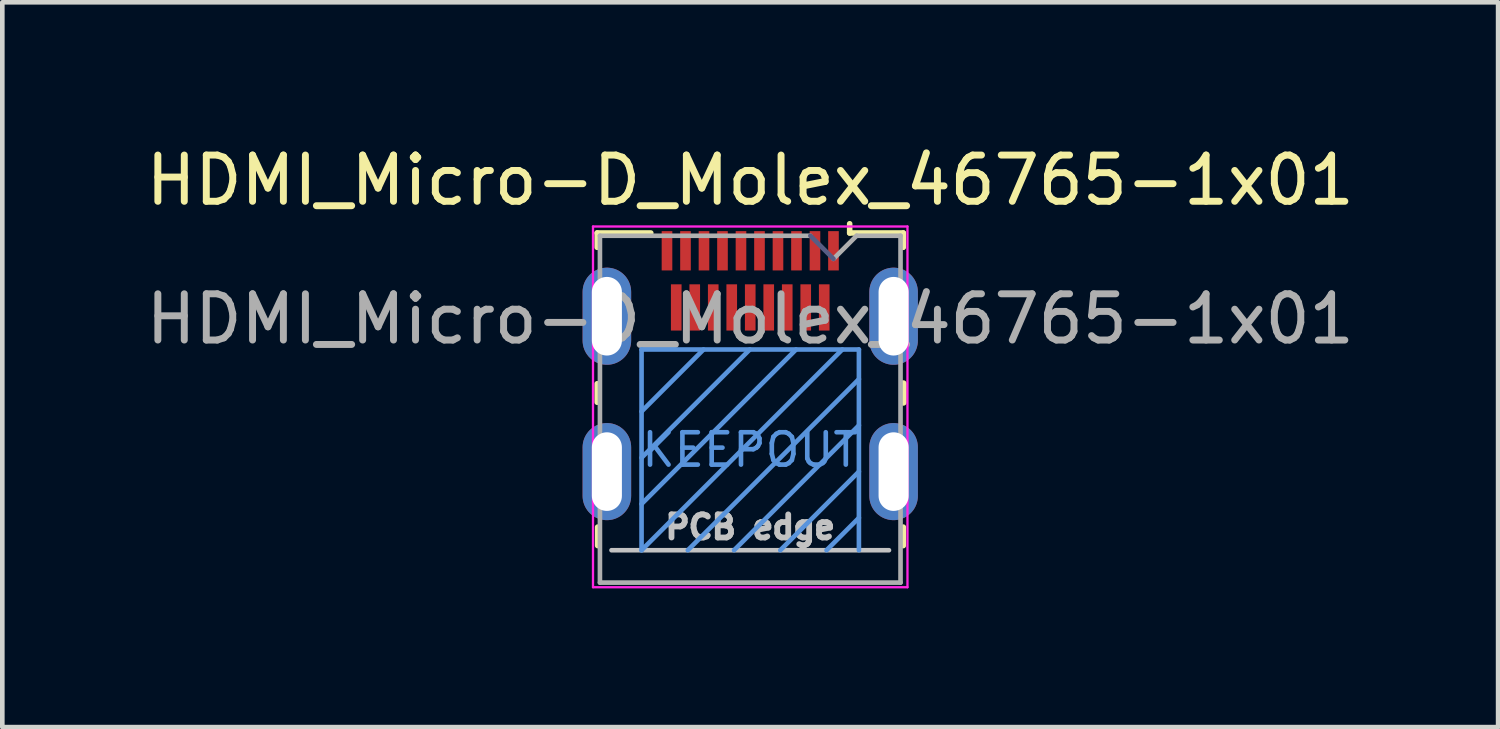
<source format=kicad_pcb>
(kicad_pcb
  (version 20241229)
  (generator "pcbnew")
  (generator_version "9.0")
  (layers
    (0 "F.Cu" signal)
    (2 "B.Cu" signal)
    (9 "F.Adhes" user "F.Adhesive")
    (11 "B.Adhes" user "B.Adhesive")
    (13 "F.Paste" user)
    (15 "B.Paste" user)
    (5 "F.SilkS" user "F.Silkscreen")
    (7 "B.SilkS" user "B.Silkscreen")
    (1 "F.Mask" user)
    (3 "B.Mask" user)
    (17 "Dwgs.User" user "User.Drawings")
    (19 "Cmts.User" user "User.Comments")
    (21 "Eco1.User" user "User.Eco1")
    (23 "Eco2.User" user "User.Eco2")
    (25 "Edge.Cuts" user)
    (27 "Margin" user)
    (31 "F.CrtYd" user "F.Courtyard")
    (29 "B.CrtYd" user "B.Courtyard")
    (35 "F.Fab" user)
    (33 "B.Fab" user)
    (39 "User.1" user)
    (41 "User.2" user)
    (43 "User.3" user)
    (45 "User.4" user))
  (footprint "HDMI_Micro-D_Molex_46765-1x01"
    (layer "F.Cu")
    (at 13.173 7.148)
    (property "Reference" "HDMI_Micro-D_Molex_46765-1x01" (at 0 -6.3 0) (layer "F.SilkS") (effects (font (size 1 1) (thickness 0.15))))
    (attr smd)
    (fp_line (start -3.31 -5.16) (end -2.15 -5.16) (stroke (width 0.12) (type solid)) (layer "F.SilkS"))
    (fp_line (start -3.31 -4.85) (end -3.31 -5.16) (stroke (width 0.12) (type solid)) (layer "F.SilkS"))
    (fp_line (start -3.31 -1.5) (end -3.31 -1.9) (stroke (width 0.12) (type solid)) (layer "F.SilkS"))
    (fp_line (start -3.3 1.6) (end -3.3 1.2) (stroke (width 0.12) (type solid)) (layer "F.SilkS"))
    (fp_line (start 2.15 -5.16) (end 2.15 -5.36) (stroke (width 0.12) (type solid)) (layer "F.SilkS"))
    (fp_line (start 2.15 -5.16) (end 3.31 -5.16) (stroke (width 0.12) (type solid)) (layer "F.SilkS"))
    (fp_line (start 3.31 -5.16) (end 3.31 -4.85) (stroke (width 0.12) (type solid)) (layer "F.SilkS"))
    (fp_line (start 3.31 -1.9) (end 3.31 -1.5) (stroke (width 0.15) (type solid)) (layer "F.SilkS"))
    (fp_line (start 3.31 1.2) (end 3.31 1.6) (stroke (width 0.12) (type solid)) (layer "F.SilkS"))
    (fp_line (start -3 1.7) (end 3 1.7) (stroke (width 0.1) (type solid)) (layer "Dwgs.User"))
    (fp_line (start -2.35 -2.64) (end 2.35 -2.64) (stroke (width 0.1) (type solid)) (layer "Cmts.User"))
    (fp_line (start -2.35 -1.3) (end -1.01 -2.64) (stroke (width 0.1) (type solid)) (layer "Cmts.User"))
    (fp_line (start -2.35 -0.3) (end -0.01 -2.64) (stroke (width 0.1) (type solid)) (layer "Cmts.User"))
    (fp_line (start -2.35 0.7) (end 0.99 -2.64) (stroke (width 0.1) (type solid)) (layer "Cmts.User"))
    (fp_line (start -2.35 1.7) (end -2.35 -2.64) (stroke (width 0.1) (type solid)) (layer "Cmts.User"))
    (fp_line (start -2.35 1.7) (end 1.99 -2.64) (stroke (width 0.1) (type solid)) (layer "Cmts.User"))
    (fp_line (start -1.35 1.7) (end 2.35 -2) (stroke (width 0.1) (type solid)) (layer "Cmts.User"))
    (fp_line (start -0.35 1.7) (end 2.35 -1) (stroke (width 0.1) (type solid)) (layer "Cmts.User"))
    (fp_line (start 0.65 1.7) (end 2.35 0) (stroke (width 0.1) (type solid)) (layer "Cmts.User"))
    (fp_line (start 1.65 1.7) (end 2.35 1) (stroke (width 0.1) (type solid)) (layer "Cmts.User"))
    (fp_line (start 2.35 -2.64) (end 2.35 1.7) (stroke (width 0.1) (type solid)) (layer "Cmts.User"))
    (fp_line (start -3.4 -5.3) (end -3.4 2.5) (stroke (width 0.05) (type solid)) (layer "F.CrtYd"))
    (fp_line (start -3.4 2.5) (end 3.4 2.5) (stroke (width 0.05) (type solid)) (layer "F.CrtYd"))
    (fp_line (start 3.4 -5.3) (end -3.4 -5.3) (stroke (width 0.05) (type solid)) (layer "F.CrtYd"))
    (fp_line (start 3.4 2.5) (end 3.4 -5.3) (stroke (width 0.05) (type solid)) (layer "F.CrtYd"))
    (fp_line (start 1.8 -4.6) (end 1.3 -5.1) (stroke (width 0.1) (type solid)) (layer "B.Fab"))
    (fp_line (start -3.25 -5.1) (end 1.3 -5.1) (stroke (width 0.1) (type solid)) (layer "F.Fab"))
    (fp_line (start -3.25 2.4) (end -3.25 -5.1) (stroke (width 0.1) (type solid)) (layer "F.Fab"))
    (fp_line (start 1.8 -4.6) (end 2.3 -5.1) (stroke (width 0.1) (type solid)) (layer "F.Fab"))
    (fp_line (start 2.3 -5.1) (end 3.25 -5.1) (stroke (width 0.1) (type solid)) (layer "F.Fab"))
    (fp_line (start 3.25 -5.1) (end 3.25 2.4) (stroke (width 0.1) (type solid)) (layer "F.Fab"))
    (fp_line (start 3.25 2.4) (end -3.25 2.4) (stroke (width 0.1) (type solid)) (layer "F.Fab"))
    (fp_text user "PCB edge" (at 0 1.2 0) (unlocked yes) (layer "Dwgs.User") (effects (font (size 0.5 0.5) (thickness 0.125))))
    (fp_text user "KEEPOUT" (at 0 -0.47 0) (layer "Cmts.User") (effects (font (size 0.7 0.7) (thickness 0.1))))
    (fp_text user "${REFERENCE}" (at 0 -3.3 0) (layer "F.Fab") (effects (font (size 1 1) (thickness 0.15))))
    (pad "1" smd rect (at 1.8 -4.775) (size 0.23 0.85) (layers "F.Cu" "F.Mask" "F.Paste"))
    (pad "2" smd rect (at 1.6 -3.55) (size 0.23 1) (layers "F.Cu" "F.Mask" "F.Paste"))
    (pad "3" smd rect (at 1.4 -4.775) (size 0.23 0.85) (layers "F.Cu" "F.Mask" "F.Paste"))
    (pad "4" smd rect (at 1.2 -3.55) (size 0.23 1) (layers "F.Cu" "F.Mask" "F.Paste"))
    (pad "5" smd rect (at 1 -4.775) (size 0.23 0.85) (layers "F.Cu" "F.Mask" "F.Paste"))
    (pad "6" smd rect (at 0.8 -3.55) (size 0.23 1) (layers "F.Cu" "F.Mask" "F.Paste"))
    (pad "7" smd rect (at 0.6 -4.775) (size 0.23 0.85) (layers "F.Cu" "F.Mask" "F.Paste"))
    (pad "8" smd rect (at 0.4 -3.55) (size 0.23 1) (layers "F.Cu" "F.Mask" "F.Paste"))
    (pad "9" smd rect (at 0.2 -4.775) (size 0.23 0.85) (layers "F.Cu" "F.Mask" "F.Paste"))
    (pad "10" smd rect (at 0 -3.55) (size 0.23 1) (layers "F.Cu" "F.Mask" "F.Paste"))
    (pad "11" smd rect (at -0.2 -4.775) (size 0.23 0.85) (layers "F.Cu" "F.Mask" "F.Paste"))
    (pad "12" smd rect (at -0.4 -3.55) (size 0.23 1) (layers "F.Cu" "F.Mask" "F.Paste"))
    (pad "13" smd rect (at -0.6 -4.775) (size 0.23 0.85) (layers "F.Cu" "F.Mask" "F.Paste"))
    (pad "14" smd rect (at -0.8 -3.55) (size 0.23 1) (layers "F.Cu" "F.Mask" "F.Paste"))
    (pad "15" smd rect (at -1 -4.775) (size 0.23 0.85) (layers "F.Cu" "F.Mask" "F.Paste"))
    (pad "16" smd rect (at -1.2 -3.55) (size 0.23 1) (layers "F.Cu" "F.Mask" "F.Paste"))
    (pad "17" smd rect (at -1.4 -4.775) (size 0.23 0.85) (layers "F.Cu" "F.Mask" "F.Paste"))
    (pad "18" smd rect (at -1.6 -3.55) (size 0.23 1) (layers "F.Cu" "F.Mask" "F.Paste"))
    (pad "19" smd rect (at -1.8 -4.775) (size 0.23 0.85) (layers "F.Cu" "F.Mask" "F.Paste"))
    (pad "SH" thru_hole oval (at -3.1 -3.36) (size 1.05 2.1) (drill oval 0.65 1.7) (layers "*.Cu" "*.Mask"))
    (pad "SH" thru_hole oval (at -3.1 0) (size 1.05 2.1) (drill oval 0.65 1.7) (layers "*.Cu" "*.Mask"))
    (pad "SH" thru_hole oval (at 3.1 -3.36) (size 1.05 2.1) (drill oval 0.65 1.7) (layers "*.Cu" "*.Mask"))
    (pad "SH" thru_hole oval (at 3.1 0) (size 1.05 2.1) (drill oval 0.65 1.7) (layers "*.Cu" "*.Mask")))
  (gr_rect
    (start -3 -3)
    (end 29.345 12.673)
    (stroke (width 0.1) (type default))
    (fill no)
    (layer "Edge.Cuts")))
</source>
